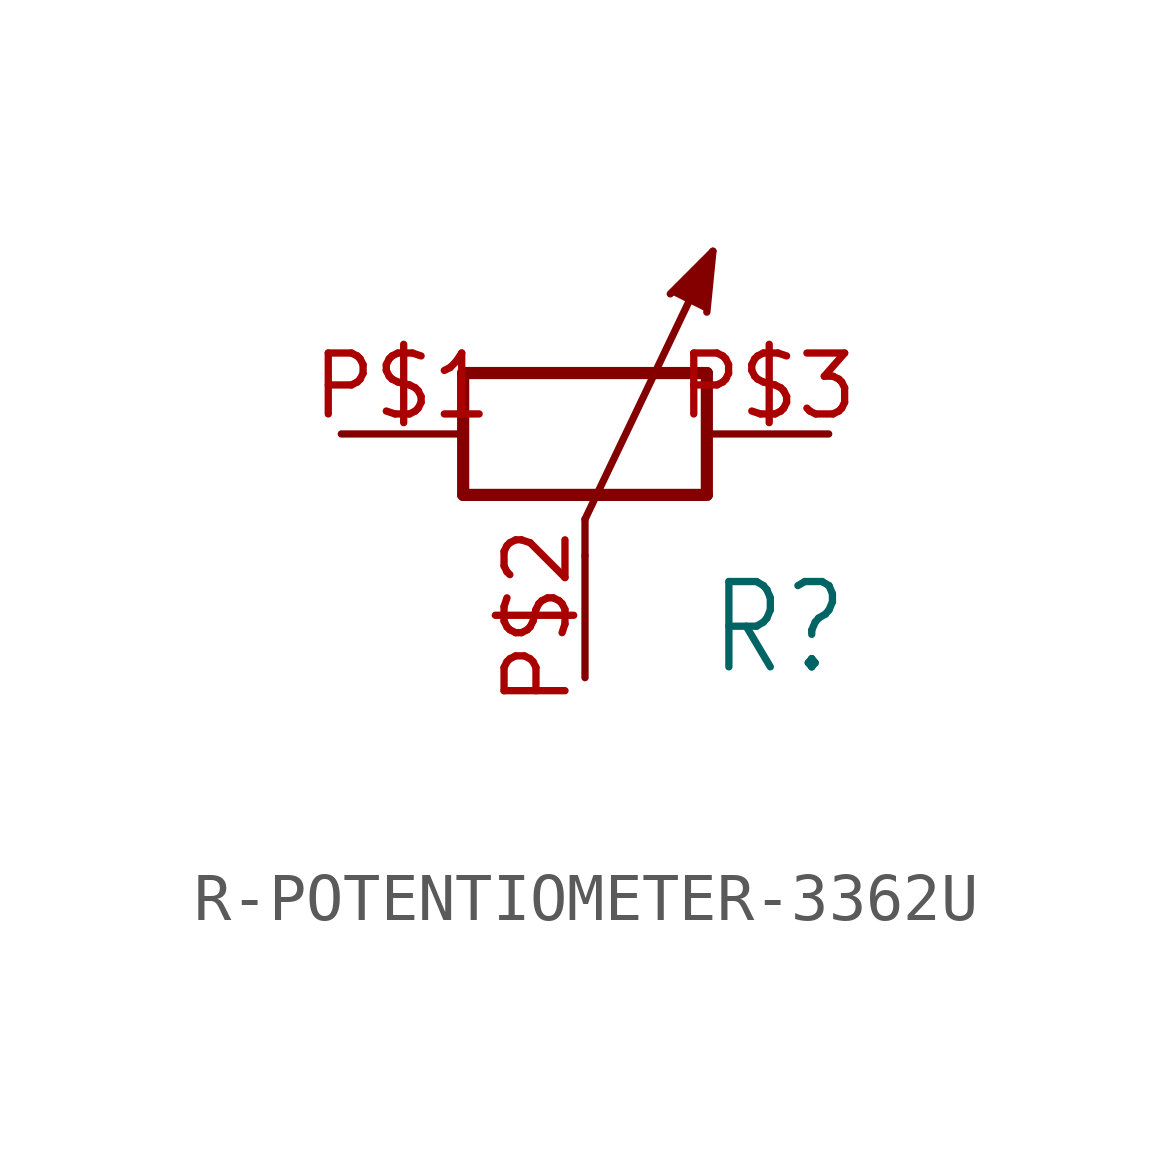
<source format=kicad_sym>
(kicad_symbol_lib
  (version 20220914)
  (generator kicad_symbol_editor)
  (symbol "R-POTENTIOMETER-3362U"
    (property "Reference" "R"
      (at 2.54 -5.08 0)
      (effects (font (size 1.778 1.511)) (justify left bottom)))
    (property "Value" ""
      (at 2.54 -7.62 0)
      (effects (font (size 1.778 1.511)) (justify left bottom)))
    (property "ki_locked" ""
      (at 0 0 0)
      (effects (font (size 1.27 1.27))))
    (symbol "R-POTENTIOMETER-3362U_1_0"
      (polyline (pts (xy -2.54 -1.27) (xy 2.54 -1.27)) (stroke (width 0.254) (type solid)) (fill (type none)))
      (polyline (pts (xy -2.54 1.27) (xy -2.54 -1.27)) (stroke (width 0.254) (type solid)) (fill (type none)))
      (polyline (pts (xy 0 -1.778) (xy 0 -2.54)) (stroke (width 0.152) (type solid)) (fill (type none)))
      (polyline (pts (xy 0 -1.778) (xy 2.667 3.81)) (stroke (width 0.152) (type solid)) (fill (type none)))
      (polyline (pts (xy 2.54 -1.27) (xy 2.54 1.27)) (stroke (width 0.254) (type solid)) (fill (type none)))
      (polyline (pts (xy 2.54 1.27) (xy -2.54 1.27)) (stroke (width 0.254) (type solid)) (fill (type none)))
      (polyline (pts (xy 2.54 2.54) (xy 2.667 3.81) (xy 1.778 2.921)) (stroke (width 0.152) (type solid)) (fill (type outline)))
      (pin passive line (at -5.08 0 0) (length 2.54) (name "1" (effects (font (size 0 0)))) (number "P$1" (effects (font (size 1.27 1.27)))))
      (pin passive line (at 0 -5.08 90) (length 2.54) (name "3" (effects (font (size 0 0)))) (number "P$2" (effects (font (size 1.27 1.27)))))
      (pin passive line (at 5.08 0 180) (length 2.54) (name "2" (effects (font (size 0 0)))) (number "P$3" (effects (font (size 1.27 1.27))))))))
</source>
